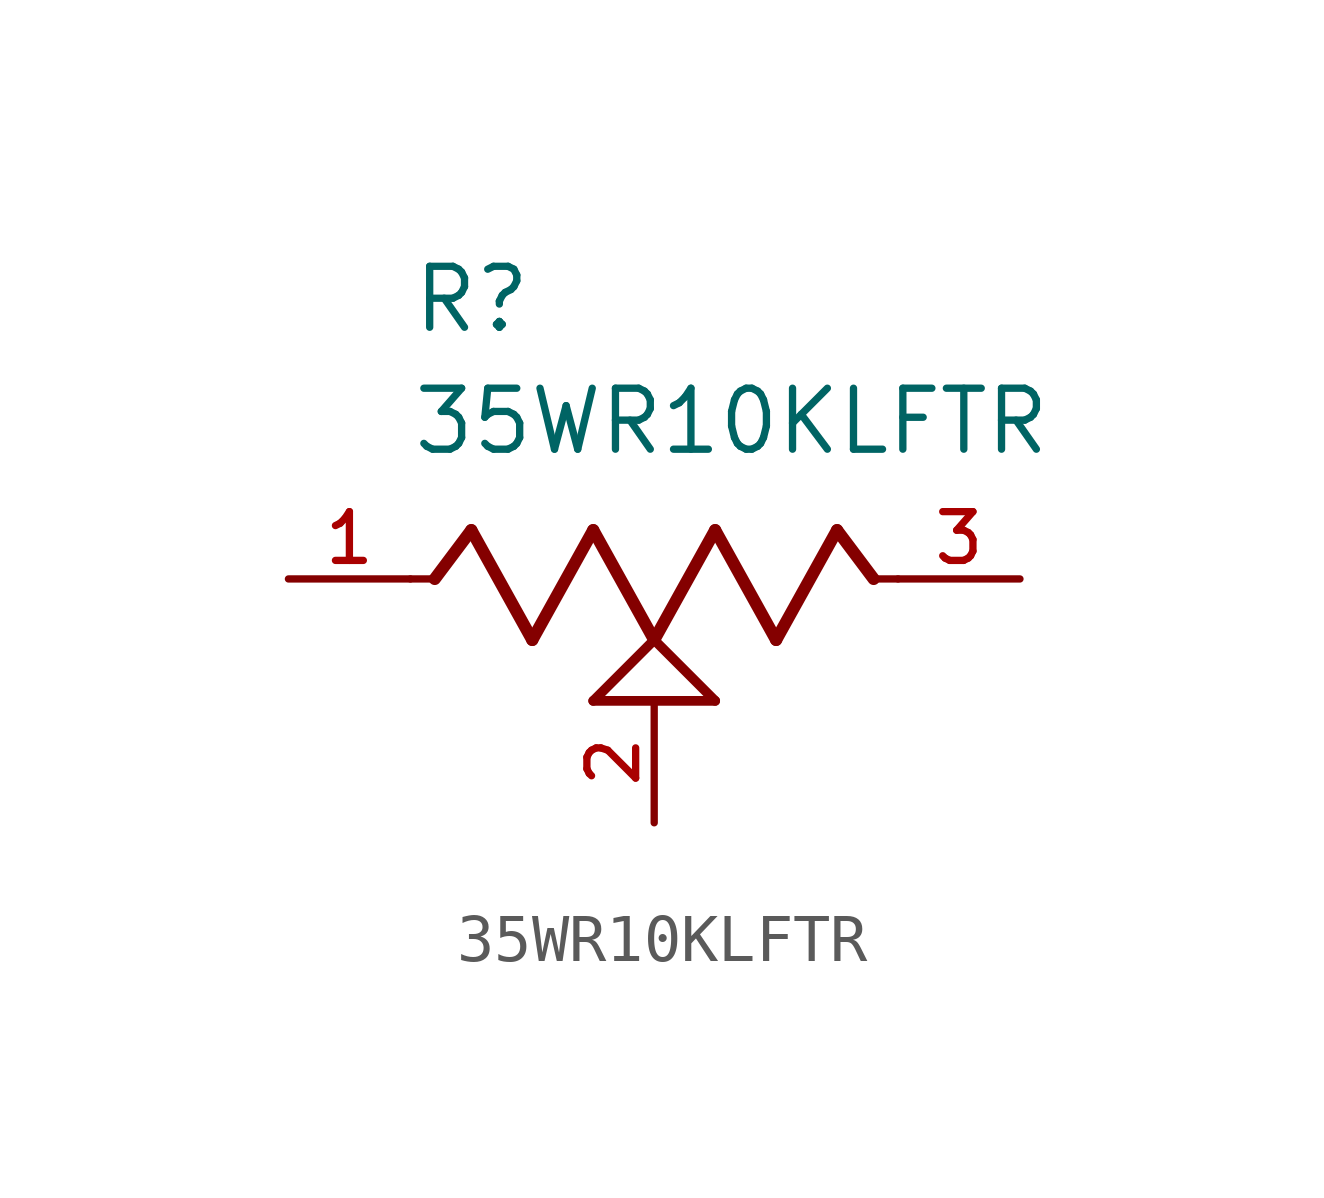
<source format=kicad_sym>
(kicad_symbol_lib
  (version 20211014)
  (generator kicad_symbol_editor)
  (symbol "35WR10KLFTR"
    (pin_names
      (offset 1.016))
    (property "Reference" "R"
      (at -5.08 5.08 0)
      (effects (font (size 1.27 1.27)) (justify bottom left)))
    (property "Value" "35WR10KLFTR"
      (at -5.08 2.54 0)
      (effects (font (size 1.27 1.27)) (justify bottom left)))
    (symbol "35WR10KLFTR_0_0"
      (polyline (pts (xy -5.08 0.0) (xy -4.572 0.0)) (stroke (width 0.152)))
      (polyline (pts (xy -4.572 0.0) (xy -3.81 1.016)) (stroke (width 0.254)))
      (polyline (pts (xy -3.81 1.016) (xy -2.54 -1.27)) (stroke (width 0.254)))
      (polyline (pts (xy -2.54 -1.27) (xy -1.27 1.016)) (stroke (width 0.254)))
      (polyline (pts (xy -1.27 1.016) (xy 0.0 -1.27)) (stroke (width 0.254)))
      (polyline (pts (xy 0.0 -1.27) (xy 1.27 1.016)) (stroke (width 0.254)))
      (polyline (pts (xy 1.27 1.016) (xy 2.54 -1.27)) (stroke (width 0.254)))
      (polyline (pts (xy 2.54 -1.27) (xy 3.81 1.016)) (stroke (width 0.254)))
      (polyline (pts (xy 3.81 1.016) (xy 4.572 0.0)) (stroke (width 0.254)))
      (polyline (pts (xy 4.572 0.0) (xy 5.08 0.0)) (stroke (width 0.152)))
      (polyline (pts (xy 0.0 -1.27) (xy 1.27 -2.54)) (stroke (width 0.203)))
      (polyline (pts (xy -1.27 -2.54) (xy 0.0 -1.27)) (stroke (width 0.203)))
      (polyline (pts (xy 1.27 -2.54) (xy -1.27 -2.54)) (stroke (width 0.203)))
      (pin passive line (at -7.62 0.0 0) (length 2.54) (name "~" (effects (font (size 1.016 1.016)))) (number "1" (effects (font (size 1.016 1.016)))))
      (pin passive line (at 7.62 0.0 180.0) (length 2.54) (name "~" (effects (font (size 1.016 1.016)))) (number "3" (effects (font (size 1.016 1.016)))))
      (pin passive line (at 0.0 -5.08 90.0) (length 2.54) (name "~" (effects (font (size 1.016 1.016)))) (number "2" (effects (font (size 1.016 1.016))))))))
</source>
